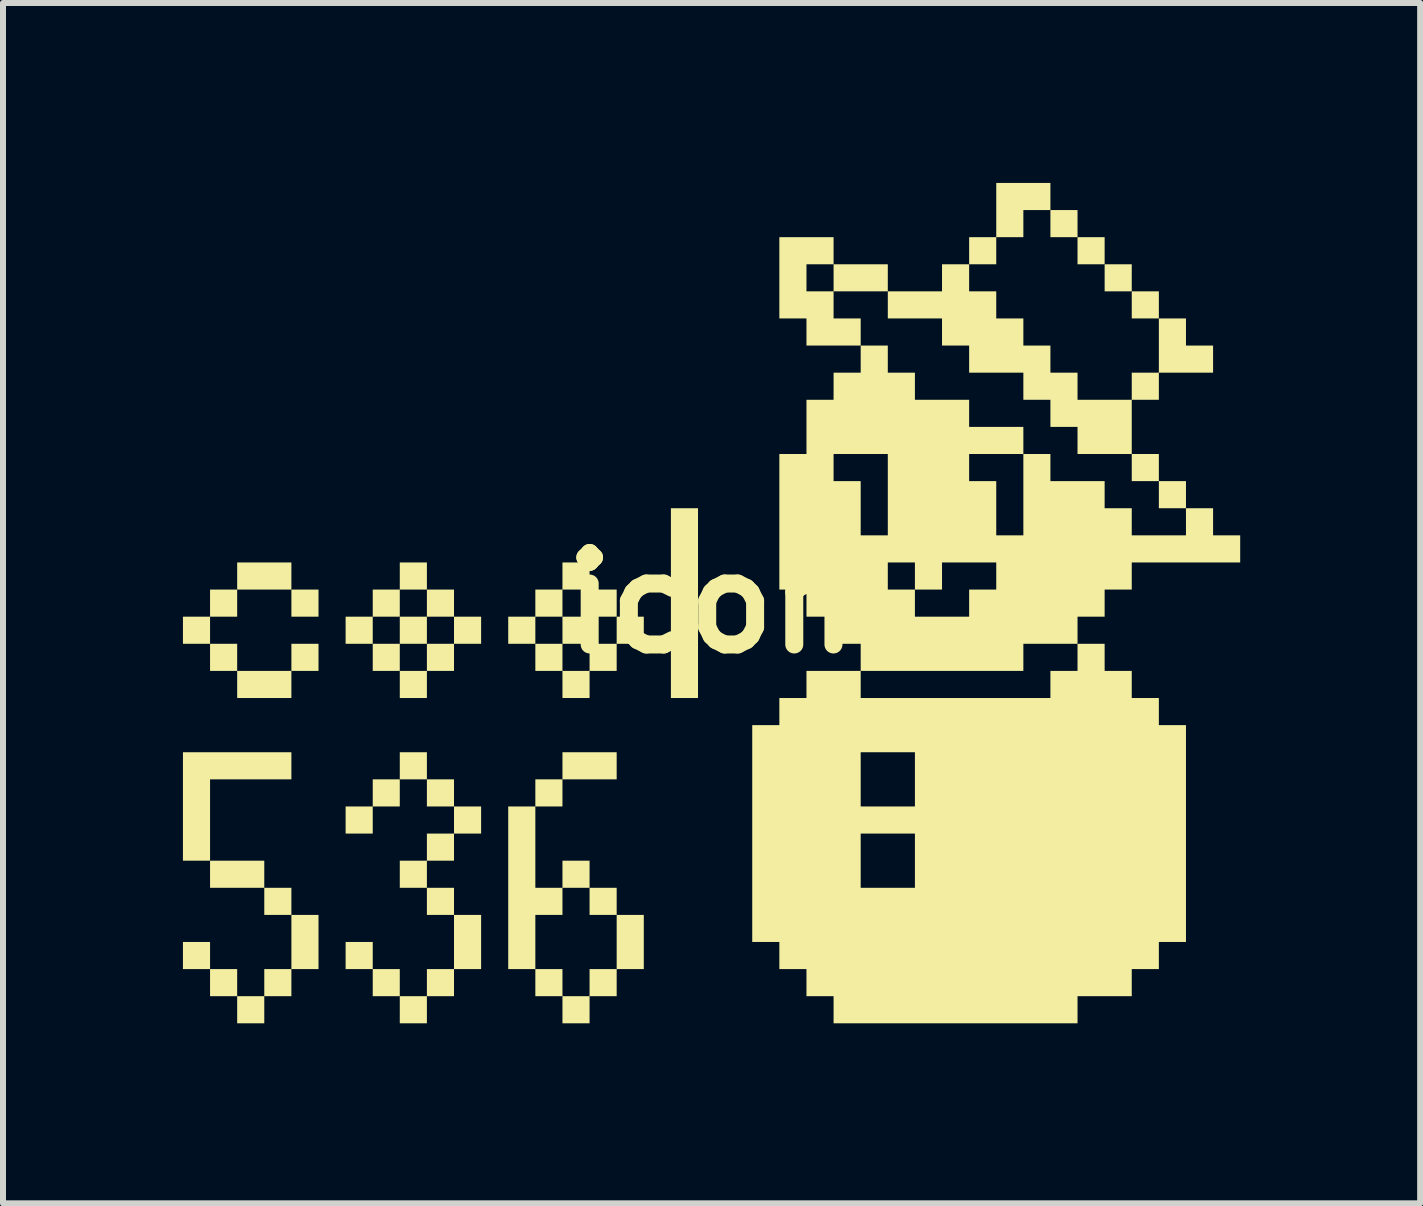
<source format=kicad_pcb>
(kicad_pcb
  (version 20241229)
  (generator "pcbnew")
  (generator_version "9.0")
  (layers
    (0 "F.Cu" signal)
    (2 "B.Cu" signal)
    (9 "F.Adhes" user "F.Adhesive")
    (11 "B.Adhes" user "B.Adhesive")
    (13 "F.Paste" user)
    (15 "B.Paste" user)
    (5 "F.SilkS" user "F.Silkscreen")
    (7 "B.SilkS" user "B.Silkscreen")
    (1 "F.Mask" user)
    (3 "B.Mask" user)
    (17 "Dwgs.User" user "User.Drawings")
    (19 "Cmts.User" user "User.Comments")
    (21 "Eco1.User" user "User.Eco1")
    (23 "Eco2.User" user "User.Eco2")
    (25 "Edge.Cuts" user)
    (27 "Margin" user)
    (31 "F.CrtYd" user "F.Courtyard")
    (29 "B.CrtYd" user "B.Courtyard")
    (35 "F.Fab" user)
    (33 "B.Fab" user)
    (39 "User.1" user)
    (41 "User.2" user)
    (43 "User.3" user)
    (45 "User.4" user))
  (footprint "icon"
    (layer "F.Cu")
    (at 8.813 7.005)
    (property "Reference" "icon" (at 0 0 0) (layer "F.SilkS") (effects (font (size 1.524 1.524) (thickness 0.3))))
    (attr board_only exclude_from_pos_files exclude_from_bom)
    (fp_poly (pts (xy -8.361 0.678) (xy -8.813 0.678) (xy -8.813 0.226) (xy -8.361 0.226)) (stroke (width 0) (type solid)) (fill yes) (layer "F.SilkS"))
    (fp_poly (pts (xy -8.361 6.101) (xy -8.813 6.101) (xy -8.813 5.649) (xy -8.361 5.649)) (stroke (width 0) (type solid)) (fill yes) (layer "F.SilkS"))
    (fp_poly (pts (xy -7.909 0.226) (xy -8.361 0.226) (xy -8.361 -0.226) (xy -7.909 -0.226)) (stroke (width 0) (type solid)) (fill yes) (layer "F.SilkS"))
    (fp_poly (pts (xy -7.909 1.13) (xy -8.361 1.13) (xy -8.361 0.678) (xy -7.909 0.678)) (stroke (width 0) (type solid)) (fill yes) (layer "F.SilkS"))
    (fp_poly (pts (xy -7.909 6.553) (xy -8.361 6.553) (xy -8.361 6.101) (xy -7.909 6.101)) (stroke (width 0) (type solid)) (fill yes) (layer "F.SilkS"))
    (fp_poly (pts (xy -7.457 4.746) (xy -8.361 4.746) (xy -8.361 4.294) (xy -7.457 4.294)) (stroke (width 0) (type solid)) (fill yes) (layer "F.SilkS"))
    (fp_poly (pts (xy -7.457 7.005) (xy -7.909 7.005) (xy -7.909 6.553) (xy -7.457 6.553)) (stroke (width 0) (type solid)) (fill yes) (layer "F.SilkS"))
    (fp_poly (pts (xy -7.005 -0.226) (xy -7.909 -0.226) (xy -7.909 -0.678) (xy -7.005 -0.678)) (stroke (width 0) (type solid)) (fill yes) (layer "F.SilkS"))
    (fp_poly (pts (xy -7.005 1.582) (xy -7.909 1.582) (xy -7.909 1.13) (xy -7.005 1.13)) (stroke (width 0) (type solid)) (fill yes) (layer "F.SilkS"))
    (fp_poly (pts (xy -7.005 5.198) (xy -7.457 5.198) (xy -7.457 4.746) (xy -7.005 4.746)) (stroke (width 0) (type solid)) (fill yes) (layer "F.SilkS"))
    (fp_poly (pts (xy -7.005 6.553) (xy -7.457 6.553) (xy -7.457 6.101) (xy -7.005 6.101)) (stroke (width 0) (type solid)) (fill yes) (layer "F.SilkS"))
    (fp_poly (pts (xy -6.553 0.226) (xy -7.005 0.226) (xy -7.005 -0.226) (xy -6.553 -0.226)) (stroke (width 0) (type solid)) (fill yes) (layer "F.SilkS"))
    (fp_poly (pts (xy -6.553 1.13) (xy -7.005 1.13) (xy -7.005 0.678) (xy -6.553 0.678)) (stroke (width 0) (type solid)) (fill yes) (layer "F.SilkS"))
    (fp_poly (pts (xy -6.553 6.101) (xy -7.005 6.101) (xy -7.005 5.198) (xy -6.553 5.198)) (stroke (width 0) (type solid)) (fill yes) (layer "F.SilkS"))
    (fp_poly (pts (xy -5.649 3.842) (xy -6.101 3.842) (xy -6.101 3.39) (xy -5.649 3.39)) (stroke (width 0) (type solid)) (fill yes) (layer "F.SilkS"))
    (fp_poly (pts (xy -5.649 6.101) (xy -6.101 6.101) (xy -6.101 5.649) (xy -5.649 5.649)) (stroke (width 0) (type solid)) (fill yes) (layer "F.SilkS"))
    (fp_poly (pts (xy -5.198 3.39) (xy -5.649 3.39) (xy -5.649 2.938) (xy -5.198 2.938)) (stroke (width 0) (type solid)) (fill yes) (layer "F.SilkS"))
    (fp_poly (pts (xy -5.198 6.553) (xy -5.649 6.553) (xy -5.649 6.101) (xy -5.198 6.101)) (stroke (width 0) (type solid)) (fill yes) (layer "F.SilkS"))
    (fp_poly (pts (xy -4.746 0.678) (xy -5.198 0.678) (xy -5.198 0.226) (xy -4.746 0.226)) (stroke (width 0) (type solid)) (fill yes) (layer "F.SilkS"))
    (fp_poly (pts (xy -4.746 2.938) (xy -5.198 2.938) (xy -5.198 2.486) (xy -4.746 2.486)) (stroke (width 0) (type solid)) (fill yes) (layer "F.SilkS"))
    (fp_poly (pts (xy -4.746 4.746) (xy -5.198 4.746) (xy -5.198 4.294) (xy -4.746 4.294)) (stroke (width 0) (type solid)) (fill yes) (layer "F.SilkS"))
    (fp_poly (pts (xy -4.746 7.005) (xy -5.198 7.005) (xy -5.198 6.553) (xy -4.746 6.553)) (stroke (width 0) (type solid)) (fill yes) (layer "F.SilkS"))
    (fp_poly (pts (xy -4.294 3.39) (xy -4.746 3.39) (xy -4.746 2.938) (xy -4.294 2.938)) (stroke (width 0) (type solid)) (fill yes) (layer "F.SilkS"))
    (fp_poly (pts (xy -4.294 4.294) (xy -4.746 4.294) (xy -4.746 3.842) (xy -4.294 3.842)) (stroke (width 0) (type solid)) (fill yes) (layer "F.SilkS"))
    (fp_poly (pts (xy -4.294 5.198) (xy -4.746 5.198) (xy -4.746 4.746) (xy -4.294 4.746)) (stroke (width 0) (type solid)) (fill yes) (layer "F.SilkS"))
    (fp_poly (pts (xy -4.294 6.553) (xy -4.746 6.553) (xy -4.746 6.101) (xy -4.294 6.101)) (stroke (width 0) (type solid)) (fill yes) (layer "F.SilkS"))
    (fp_poly (pts (xy -3.842 3.842) (xy -4.294 3.842) (xy -4.294 3.39) (xy -3.842 3.39)) (stroke (width 0) (type solid)) (fill yes) (layer "F.SilkS"))
    (fp_poly (pts (xy -3.842 6.101) (xy -4.294 6.101) (xy -4.294 5.198) (xy -3.842 5.198)) (stroke (width 0) (type solid)) (fill yes) (layer "F.SilkS"))
    (fp_poly (pts (xy -2.486 3.39) (xy -2.938 3.39) (xy -2.938 2.938) (xy -2.486 2.938)) (stroke (width 0) (type solid)) (fill yes) (layer "F.SilkS"))
    (fp_poly (pts (xy -2.034 0.678) (xy -2.486 0.678) (xy -2.486 0.226) (xy -2.034 0.226)) (stroke (width 0) (type solid)) (fill yes) (layer "F.SilkS"))
    (fp_poly (pts (xy -1.582 2.938) (xy -2.486 2.938) (xy -2.486 2.486) (xy -1.582 2.486)) (stroke (width 0) (type solid)) (fill yes) (layer "F.SilkS"))
    (fp_poly (pts (xy -0.226 1.582) (xy -0.678 1.582) (xy -0.678 -1.582) (xy -0.226 -1.582)) (stroke (width 0) (type solid)) (fill yes) (layer "F.SilkS"))
    (fp_poly (pts (xy -7.005 2.938) (xy -8.361 2.938) (xy -8.361 4.294) (xy -8.813 4.294) (xy -8.813 2.486) (xy -7.005 2.486)) (stroke (width 0) (type solid)) (fill yes) (layer "F.SilkS"))
    (fp_poly (pts (xy -4.294 -0.226) (xy -4.294 0.226) (xy -3.842 0.226) (xy -3.842 0.678) (xy -4.294 0.678) (xy -4.294 1.13) (xy -4.746 1.13) (xy -4.746 1.582) (xy -5.198 1.582) (xy -5.198 1.13) (xy -5.649 1.13) (xy -5.649 0.678) (xy -5.198 0.678) (xy -5.198 1.13) (xy -4.746 1.13) (xy -4.746 0.678) (xy -4.294 0.678) (xy -4.294 0.226) (xy -4.746 0.226) (xy -4.746 -0.226) (xy -5.198 -0.226) (xy -5.198 0.226) (xy -5.649 0.226) (xy -5.649 0.678) (xy -6.101 0.678) (xy -6.101 0.226) (xy -5.649 0.226) (xy -5.649 -0.226) (xy -5.198 -0.226) (xy -5.198 -0.678) (xy -4.746 -0.678) (xy -4.746 -0.226)) (stroke (width 0) (type solid)) (fill yes) (layer "F.SilkS"))
    (fp_poly (pts (xy -1.582 -0.226) (xy -1.582 0.226) (xy -1.13 0.226) (xy -1.13 0.678) (xy -1.582 0.678) (xy -1.582 1.13) (xy -2.034 1.13) (xy -2.034 1.582) (xy -2.486 1.582) (xy -2.486 1.13) (xy -2.938 1.13) (xy -2.938 0.678) (xy -2.486 0.678) (xy -2.486 1.13) (xy -2.034 1.13) (xy -2.034 0.678) (xy -1.582 0.678) (xy -1.582 0.226) (xy -2.034 0.226) (xy -2.034 -0.226) (xy -2.486 -0.226) (xy -2.486 0.226) (xy -2.938 0.226) (xy -2.938 0.678) (xy -3.39 0.678) (xy -3.39 0.226) (xy -2.938 0.226) (xy -2.938 -0.226) (xy -2.486 -0.226) (xy -2.486 -0.678) (xy -2.034 -0.678) (xy -2.034 -0.226)) (stroke (width 0) (type solid)) (fill yes) (layer "F.SilkS"))
    (fp_poly (pts (xy -1.582 4.746) (xy -1.582 5.198) (xy -1.13 5.198) (xy -1.13 6.101) (xy -1.582 6.101) (xy -1.582 6.553) (xy -2.034 6.553) (xy -2.034 7.005) (xy -2.486 7.005) (xy -2.486 6.553) (xy -2.938 6.553) (xy -2.938 6.101) (xy -2.486 6.101) (xy -2.486 6.553) (xy -2.034 6.553) (xy -2.034 6.101) (xy -1.582 6.101) (xy -1.582 5.198) (xy -2.034 5.198) (xy -2.034 4.746) (xy -2.486 4.746) (xy -2.486 5.198) (xy -2.938 5.198) (xy -2.938 6.101) (xy -3.39 6.101) (xy -3.39 3.39) (xy -2.938 3.39) (xy -2.938 4.746) (xy -2.486 4.746) (xy -2.486 4.294) (xy -2.034 4.294) (xy -2.034 4.746)) (stroke (width 0) (type solid)) (fill yes) (layer "F.SilkS"))
    (fp_poly (pts (xy 6.553 1.13) (xy 7.005 1.13) (xy 7.005 1.582) (xy 7.457 1.582) (xy 7.457 2.034) (xy 7.909 2.034) (xy 7.909 5.649) (xy 7.457 5.649) (xy 7.457 6.101) (xy 7.005 6.101) (xy 7.005 6.553) (xy 6.101 6.553) (xy 6.101 7.005) (xy 2.034 7.005) (xy 2.034 6.553) (xy 1.582 6.553) (xy 1.582 6.101) (xy 1.13 6.101) (xy 1.13 5.649) (xy 0.678 5.649) (xy 0.678 4.746) (xy 2.486 4.746) (xy 3.39 4.746) (xy 3.39 3.842) (xy 2.486 3.842) (xy 2.486 4.746) (xy 0.678 4.746) (xy 0.678 3.39) (xy 2.486 3.39) (xy 3.39 3.39) (xy 3.39 2.486) (xy 2.486 2.486) (xy 2.486 3.39) (xy 0.678 3.39) (xy 0.678 2.034) (xy 1.13 2.034) (xy 1.13 1.582) (xy 1.582 1.582) (xy 1.582 1.13) (xy 2.486 1.13) (xy 2.486 1.582) (xy 5.649 1.582) (xy 5.649 1.13) (xy 6.101 1.13) (xy 6.101 0.678) (xy 6.553 0.678)) (stroke (width 0) (type solid)) (fill yes) (layer "F.SilkS"))
    (fp_poly (pts (xy 2.938 -5.649) (xy 2.938 -5.198) (xy 3.842 -5.198) (xy 4.294 -5.198) (xy 4.746 -5.198) (xy 4.746 -4.746) (xy 5.198 -4.746) (xy 5.198 -4.294) (xy 5.649 -4.294) (xy 5.649 -3.842) (xy 6.101 -3.842) (xy 6.101 -3.39) (xy 7.005 -3.39) (xy 7.005 -3.842) (xy 7.457 -3.842) (xy 7.457 -4.746) (xy 7.005 -4.746) (xy 7.005 -5.198) (xy 6.553 -5.198) (xy 6.553 -5.649) (xy 6.101 -5.649) (xy 6.101 -6.101) (xy 5.649 -6.101) (xy 5.649 -6.553) (xy 5.198 -6.553) (xy 5.198 -6.101) (xy 4.746 -6.101) (xy 4.746 -5.649) (xy 4.294 -5.649) (xy 4.294 -5.198) (xy 3.842 -5.198) (xy 3.842 -5.649) (xy 4.294 -5.649) (xy 4.294 -6.101) (xy 4.746 -6.101) (xy 4.746 -7.005) (xy 5.649 -7.005) (xy 5.649 -6.553) (xy 6.101 -6.553) (xy 6.101 -6.101) (xy 6.553 -6.101) (xy 6.553 -5.649) (xy 7.005 -5.649) (xy 7.005 -5.198) (xy 7.457 -5.198) (xy 7.457 -4.746) (xy 7.909 -4.746) (xy 7.909 -4.294) (xy 8.361 -4.294) (xy 8.361 -3.842) (xy 7.457 -3.842) (xy 7.457 -3.39) (xy 7.005 -3.39) (xy 7.005 -2.486) (xy 7.457 -2.486) (xy 7.457 -2.034) (xy 7.909 -2.034) (xy 7.909 -1.582) (xy 8.361 -1.582) (xy 8.361 -1.13) (xy 8.813 -1.13) (xy 8.813 -0.678) (xy 7.005 -0.678) (xy 7.005 -0.226) (xy 6.553 -0.226) (xy 6.553 0.226) (xy 6.101 0.226) (xy 6.101 0.678) (xy 5.198 0.678) (xy 5.198 1.13) (xy 2.486 1.13) (xy 2.486 0.678) (xy 2.034 0.678) (xy 2.034 0.226) (xy 3.39 0.226) (xy 4.294 0.226) (xy 4.294 -0.226) (xy 4.746 -0.226) (xy 4.746 -0.678) (xy 3.842 -0.678) (xy 3.842 -0.226) (xy 3.39 -0.226) (xy 3.39 0.226) (xy 2.034 0.226) (xy 1.582 0.226) (xy 1.582 -0.226) (xy 2.938 -0.226) (xy 3.39 -0.226) (xy 3.39 -0.678) (xy 2.938 -0.678) (xy 2.938 -0.226) (xy 1.582 -0.226) (xy 1.13 -0.226) (xy 1.13 -2.034) (xy 2.034 -2.034) (xy 2.486 -2.034) (xy 2.486 -1.13) (xy 2.938 -1.13) (xy 2.938 -2.034) (xy 4.294 -2.034) (xy 4.746 -2.034) (xy 4.746 -1.13) (xy 5.198 -1.13) (xy 5.198 -2.486) (xy 4.294 -2.486) (xy 4.294 -2.034) (xy 2.938 -2.034) (xy 2.938 -2.486) (xy 2.034 -2.486) (xy 2.034 -2.034) (xy 1.13 -2.034) (xy 1.13 -2.486) (xy 1.582 -2.486) (xy 1.582 -3.39) (xy 2.034 -3.39) (xy 2.034 -3.842) (xy 2.486 -3.842) (xy 2.486 -4.294) (xy 1.582 -4.294) (xy 1.582 -4.746) (xy 2.034 -4.746) (xy 2.486 -4.746) (xy 2.486 -4.294) (xy 2.938 -4.294) (xy 2.938 -3.842) (xy 3.39 -3.842) (xy 3.39 -3.39) (xy 4.294 -3.39) (xy 4.294 -2.938) (xy 5.198 -2.938) (xy 5.198 -2.486) (xy 5.649 -2.486) (xy 5.649 -2.034) (xy 6.553 -2.034) (xy 6.553 -1.582) (xy 7.005 -1.582) (xy 7.005 -1.13) (xy 7.909 -1.13) (xy 7.909 -1.582) (xy 7.457 -1.582) (xy 7.457 -2.034) (xy 7.005 -2.034) (xy 7.005 -2.486) (xy 6.101 -2.486) (xy 6.101 -2.938) (xy 5.649 -2.938) (xy 5.649 -3.39) (xy 5.198 -3.39) (xy 5.198 -3.842) (xy 4.294 -3.842) (xy 4.294 -4.294) (xy 3.842 -4.294) (xy 3.842 -4.746) (xy 2.938 -4.746) (xy 2.938 -5.198) (xy 2.034 -5.198) (xy 2.034 -4.746) (xy 1.582 -4.746) (xy 1.13 -4.746) (xy 1.13 -5.198) (xy 1.582 -5.198) (xy 2.034 -5.198) (xy 2.034 -5.649) (xy 1.582 -5.649) (xy 1.582 -5.198) (xy 1.13 -5.198) (xy 1.13 -6.101) (xy 2.034 -6.101) (xy 2.034 -5.649)) (stroke (width 0) (type solid)) (fill yes) (layer "F.SilkS")))
  (gr_rect
    (start -3 -3)
    (end 20.626 17.011)
    (stroke (width 0.1) (type default))
    (fill no)
    (layer "Edge.Cuts")))
</source>
